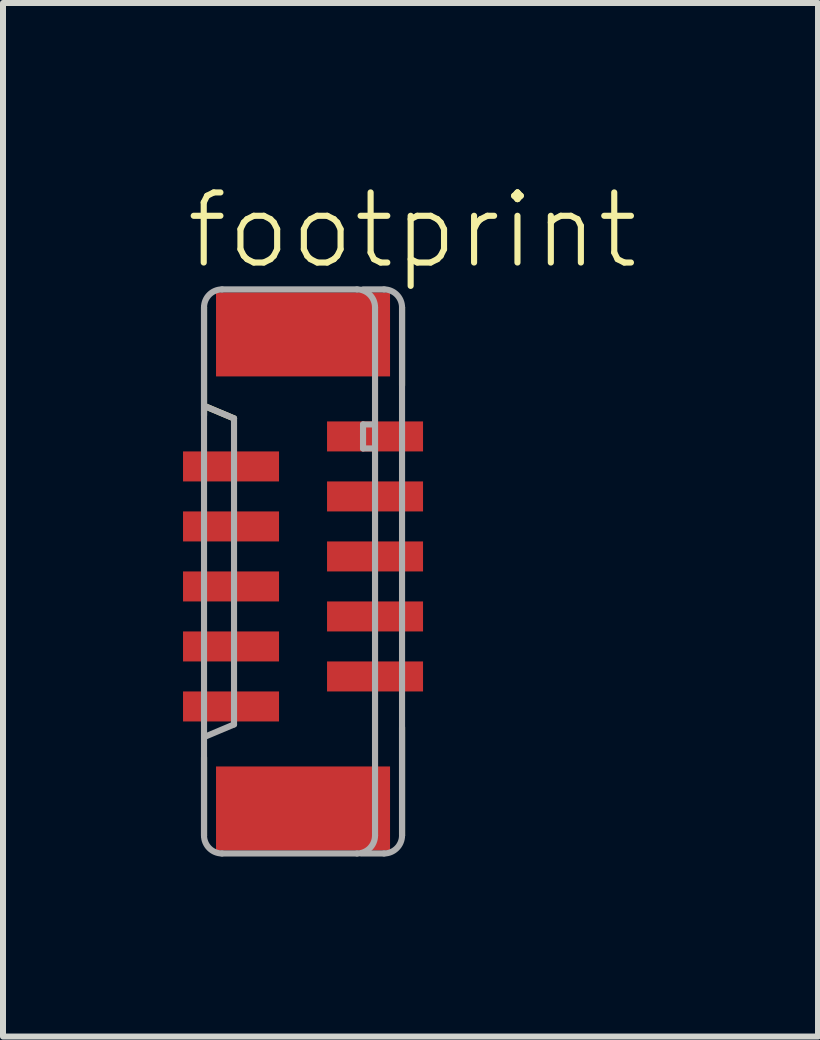
<source format=kicad_pcb>
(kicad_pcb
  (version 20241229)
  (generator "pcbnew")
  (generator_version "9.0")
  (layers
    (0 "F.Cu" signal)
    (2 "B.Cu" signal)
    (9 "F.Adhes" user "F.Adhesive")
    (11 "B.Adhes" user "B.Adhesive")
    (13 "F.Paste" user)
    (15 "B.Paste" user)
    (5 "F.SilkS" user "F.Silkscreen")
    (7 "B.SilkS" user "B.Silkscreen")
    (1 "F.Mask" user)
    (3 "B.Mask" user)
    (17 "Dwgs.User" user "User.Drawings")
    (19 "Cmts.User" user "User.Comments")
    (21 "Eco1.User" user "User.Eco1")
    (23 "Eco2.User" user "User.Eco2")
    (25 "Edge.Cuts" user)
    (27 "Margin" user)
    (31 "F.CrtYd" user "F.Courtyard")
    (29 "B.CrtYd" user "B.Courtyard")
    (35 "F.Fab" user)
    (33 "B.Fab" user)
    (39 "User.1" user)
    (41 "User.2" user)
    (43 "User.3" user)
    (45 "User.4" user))
  (footprint "footprint"
    (layer "F.Cu")
    (at 2 6.473)
    (property "Reference" "footprint" (at -2 -5 0) (layer "F.SilkS") (effects (font (size 1.168 1.168) (thickness 0.102)) (justify left bottom)))
    (fp_line (start -1.65 -4.4) (end -1.65 -2.6) (stroke (width 0.102) (type solid)) (layer "F.SilkS"))
    (fp_line (start -1.65 3.1) (end -1.65 4.4) (stroke (width 0.102) (type solid)) (layer "F.SilkS"))
    (fp_line (start -1.625 -2.75) (end -1.15 -2.55) (stroke (width 0.102) (type solid)) (layer "F.SilkS"))
    (fp_line (start 1.65 -3.1) (end 1.65 -4.4) (stroke (width 0.102) (type solid)) (layer "F.SilkS"))
    (fp_line (start 1.65 4.4) (end 1.65 2.6) (stroke (width 0.102) (type solid)) (layer "F.SilkS"))
    (fp_line (start -1.65 -4.4) (end -1.65 4.4) (stroke (width 0.102) (type solid)) (layer "F.Fab"))
    (fp_line (start -1.625 -2.75) (end -1.15 -2.55) (stroke (width 0.102) (type solid)) (layer "F.Fab"))
    (fp_line (start -1.35 4.7) (end 0.9 4.7) (stroke (width 0.102) (type solid)) (layer "F.Fab"))
    (fp_line (start -1.15 -2.55) (end -1.15 2.55) (stroke (width 0.102) (type solid)) (layer "F.Fab"))
    (fp_line (start -1.15 2.55) (end -1.625 2.75) (stroke (width 0.102) (type solid)) (layer "F.Fab"))
    (fp_line (start 0.9 -4.7) (end -1.35 -4.7) (stroke (width 0.102) (type solid)) (layer "F.Fab"))
    (fp_line (start 0.975 4.7) (end 1.35 4.7) (stroke (width 0.102) (type solid)) (layer "F.Fab"))
    (fp_line (start 1 -4.7) (end 1.35 -4.7) (stroke (width 0.102) (type solid)) (layer "F.Fab"))
    (fp_line (start 1 -2.45) (end 1 -2.05) (stroke (width 0.102) (type solid)) (layer "F.Fab"))
    (fp_line (start 1 -2.05) (end 1.15 -2.05) (stroke (width 0.102) (type solid)) (layer "F.Fab"))
    (fp_line (start 1.15 -2.45) (end 1 -2.45) (stroke (width 0.102) (type solid)) (layer "F.Fab"))
    (fp_line (start 1.2 4.4) (end 1.2 -4.4) (stroke (width 0.102) (type solid)) (layer "F.Fab"))
    (fp_line (start 1.65 4.4) (end 1.65 -4.4) (stroke (width 0.102) (type solid)) (layer "F.Fab"))
    (fp_arc (start -1.65 -4.4) (mid -1.562132 -4.612132) (end -1.35 -4.7) (stroke (width 0.1016) (type solid)) (layer "F.Fab"))
    (fp_arc (start -1.35 4.7) (mid -1.562132 4.612132) (end -1.65 4.4) (stroke (width 0.1016) (type solid)) (layer "F.Fab"))
    (fp_arc (start 0.9 -4.7) (mid 1.112132 -4.612132) (end 1.2 -4.4) (stroke (width 0.1016) (type solid)) (layer "F.Fab"))
    (fp_arc (start 1.2 4.4) (mid 1.112132 4.612132) (end 0.9 4.7) (stroke (width 0.1016) (type solid)) (layer "F.Fab"))
    (fp_arc (start 1.35 -4.7) (mid 1.562132 -4.612132) (end 1.65 -4.4) (stroke (width 0.1016) (type solid)) (layer "F.Fab"))
    (fp_arc (start 1.65 4.4) (mid 1.562132 4.612132) (end 1.35 4.7) (stroke (width 0.1016) (type solid)) (layer "F.Fab"))
    (pad "1" smd rect (at 1.2 -2.25 270) (size 0.5 1.6) (layers "F.Cu" "F.Mask" "F.Paste"))
    (pad "2" smd rect (at -1.2 -1.75 90) (size 0.5 1.6) (layers "F.Cu" "F.Mask" "F.Paste"))
    (pad "3" smd rect (at 1.2 -1.25 270) (size 0.5 1.6) (layers "F.Cu" "F.Mask" "F.Paste"))
    (pad "4" smd rect (at -1.2 -0.75 90) (size 0.5 1.6) (layers "F.Cu" "F.Mask" "F.Paste"))
    (pad "5" smd rect (at 1.2 -0.25 270) (size 0.5 1.6) (layers "F.Cu" "F.Mask" "F.Paste"))
    (pad "6" smd rect (at -1.2 0.25 90) (size 0.5 1.6) (layers "F.Cu" "F.Mask" "F.Paste"))
    (pad "7" smd rect (at 1.2 0.75 270) (size 0.5 1.6) (layers "F.Cu" "F.Mask" "F.Paste"))
    (pad "8" smd rect (at -1.2 1.25 90) (size 0.5 1.6) (layers "F.Cu" "F.Mask" "F.Paste"))
    (pad "9" smd rect (at 1.2 1.75 270) (size 0.5 1.6) (layers "F.Cu" "F.Mask" "F.Paste"))
    (pad "10" smd rect (at -1.2 2.25 90) (size 0.5 1.6) (layers "F.Cu" "F.Mask" "F.Paste"))
    (pad "M1" smd rect (at 0 -3.95 270) (size 1.4 2.9) (layers "F.Cu" "F.Mask" "F.Paste"))
    (pad "M2" smd rect (at 0 3.95 270) (size 1.4 2.9) (layers "F.Cu" "F.Mask" "F.Paste")))
  (gr_rect
    (start -3 -3)
    (end 10.582 14.224)
    (stroke (width 0.1) (type default))
    (fill no)
    (layer "Edge.Cuts")))
</source>
